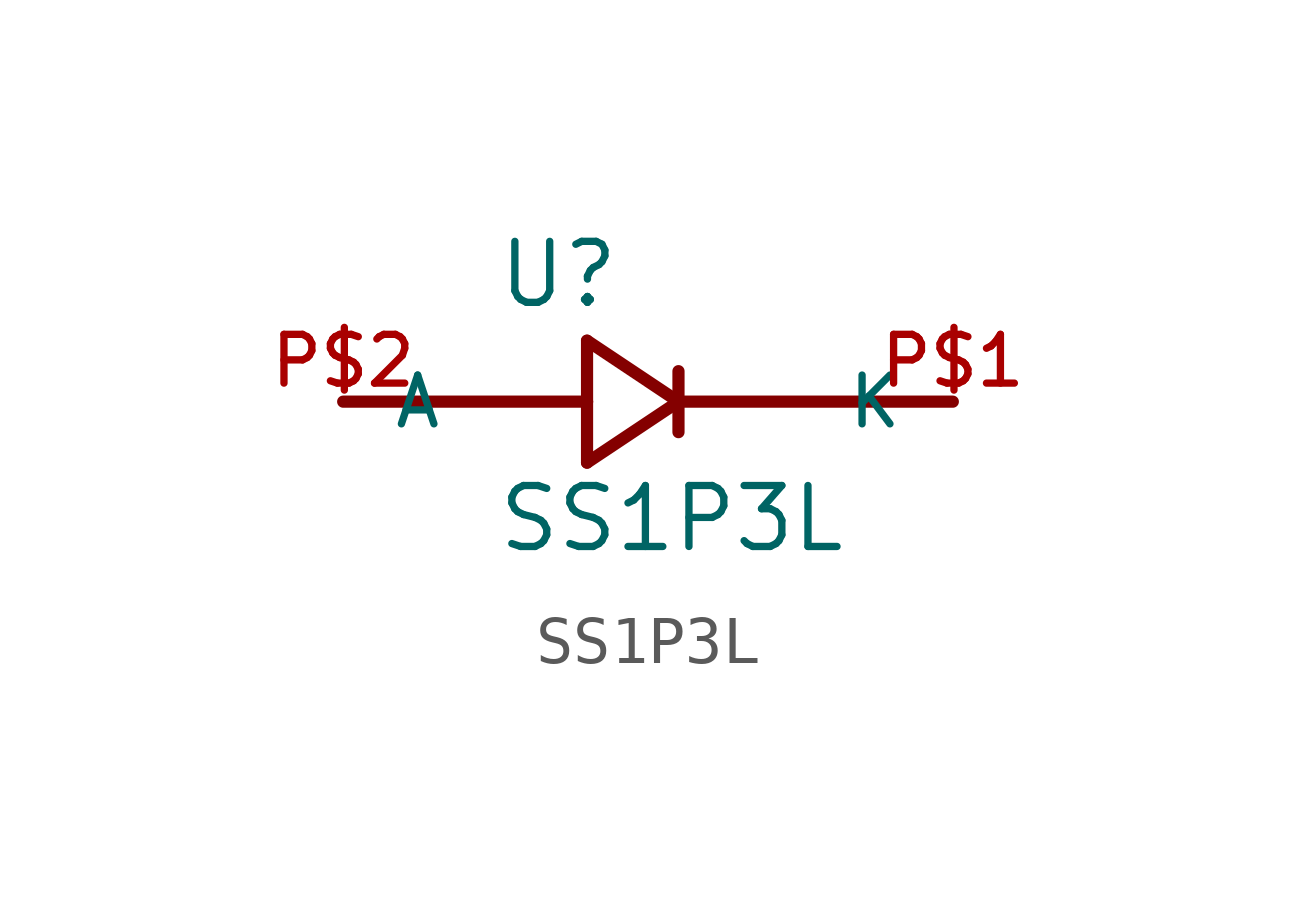
<source format=kicad_sym>
(kicad_symbol_lib
  (version 20211014)
  (generator kicad_symbol_editor)
  (symbol "SS1P3L"
    (pin_names
      (offset 1.016))
    (property "Reference" "U"
      (at -1.906 1.906 0)
      (effects (font (size 1.27 1.27)) (justify bottom left)))
    (property "Value" "SS1P3L"
      (at -1.908 -3.18 0)
      (effects (font (size 1.27 1.27)) (justify bottom left)))
    (symbol "SS1P3L_0_0"
      (polyline (pts (xy 0.0 1.27) (xy 0.0 0.0)) (stroke (width 0.254)))
      (polyline (pts (xy 0.0 0.0) (xy 0.0 -1.27)) (stroke (width 0.254)))
      (polyline (pts (xy 0.0 -1.27) (xy 1.905 0.0)) (stroke (width 0.254)))
      (polyline (pts (xy 1.905 0.0) (xy 0.0 1.27)) (stroke (width 0.254)))
      (polyline (pts (xy 1.905 0.635) (xy 1.905 0.0)) (stroke (width 0.254)))
      (polyline (pts (xy 1.905 0.0) (xy 1.905 -0.635)) (stroke (width 0.254)))
      (polyline (pts (xy 0.0 0.0) (xy -5.08 0.0)) (stroke (width 0.254)))
      (polyline (pts (xy 1.905 0.0) (xy 7.62 0.0)) (stroke (width 0.254)))
      (pin bidirectional line (at -5.08 0.0 0) (length 0) (name "A" (effects (font (size 1.016 1.016)))) (number "P$2" (effects (font (size 1.016 1.016)))))
      (pin bidirectional line (at 7.62 0.0 180.0) (length 0) (name "K" (effects (font (size 1.016 1.016)))) (number "P$1" (effects (font (size 1.016 1.016))))))))
</source>
